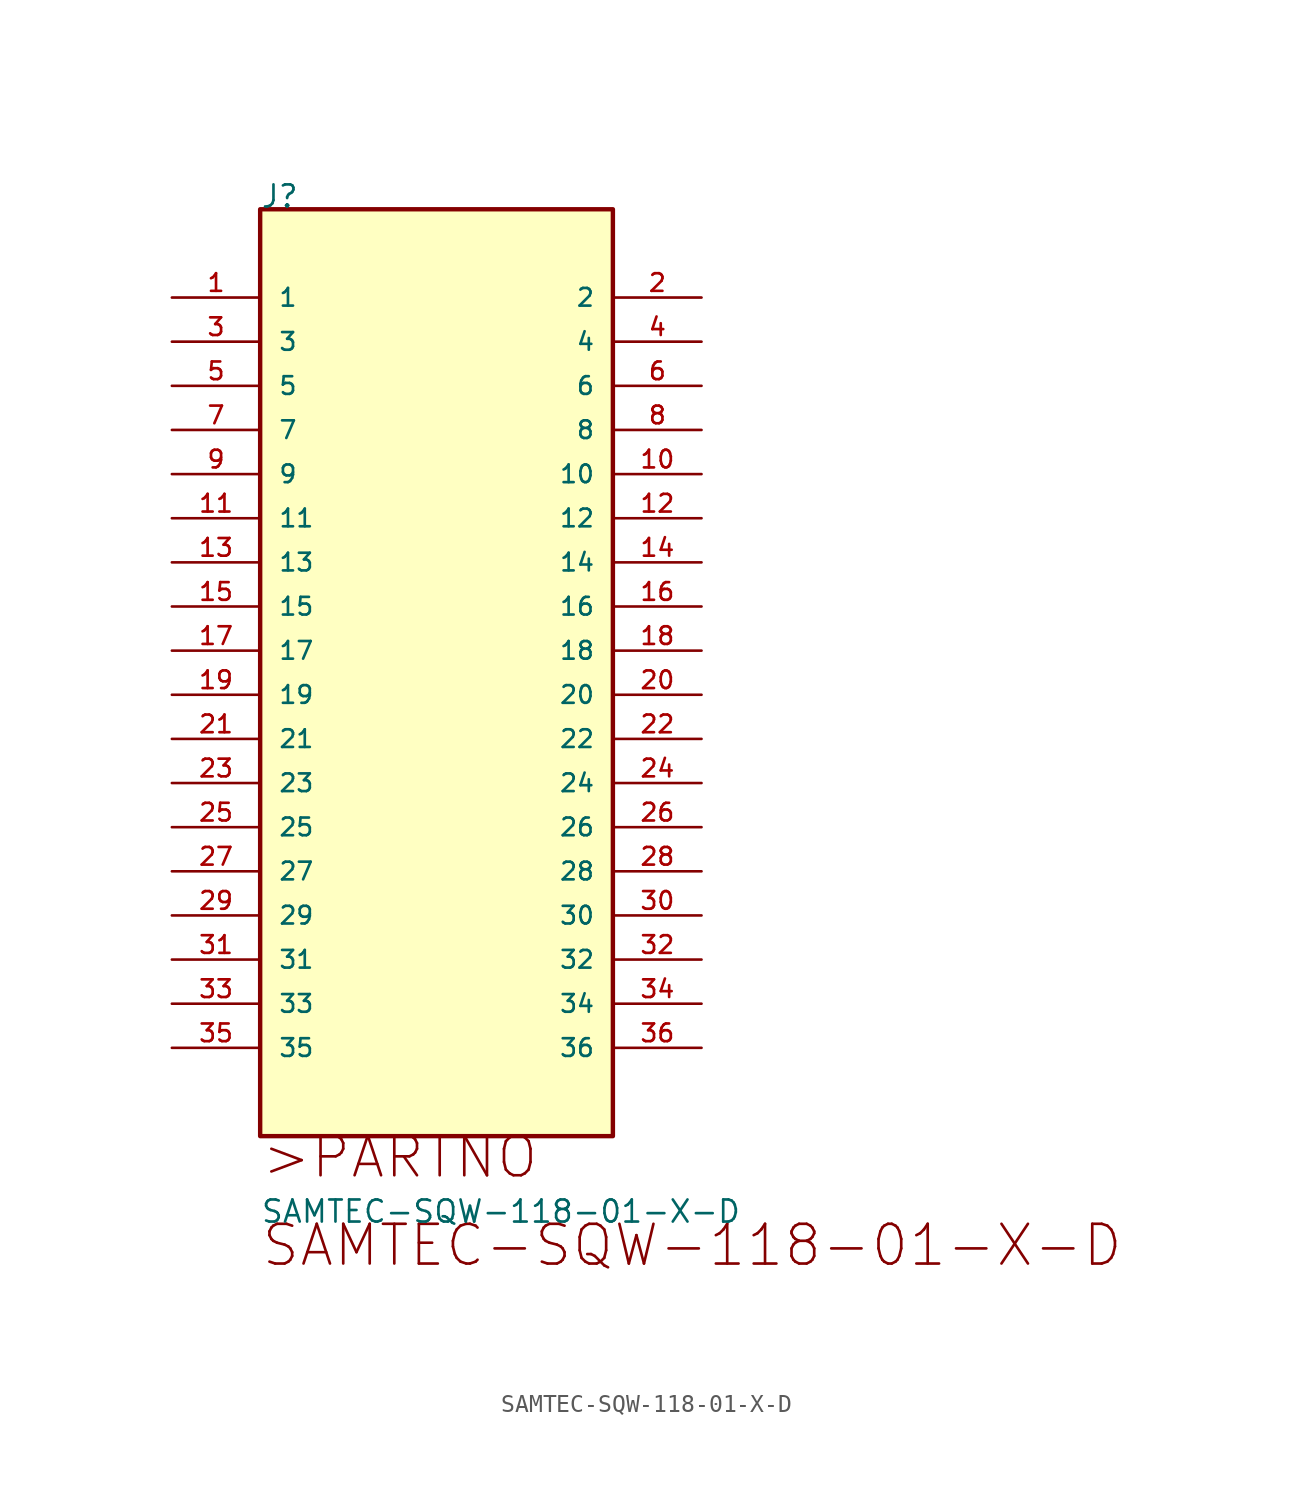
<source format=kicad_sym>
(kicad_symbol_lib
  (version 20211014)
  (generator kicad_symbol_editor)
  (symbol "SAMTEC-SQW-118-01-X-D"
    (pin_names
      (offset 1.016))
    (property "Reference" "J"
      (at 0.0 5.08 0)
      (effects (font (size 1.27 1.27)) (justify bottom left)))
    (property "Value" "SAMTEC-SQW-118-01-X-D"
      (at 0.0 -53.34 0)
      (effects (font (size 1.27 1.27)) (justify bottom left)))
    (symbol "SAMTEC-SQW-118-01-X-D_0_0"
      (text ">PARTNO" (at 0.0 -50.8 0) (effects (font (size 2.286 2.286)) (justify bottom left)))
      (text "SAMTEC-SQW-118-01-X-D" (at 0.0 -55.88 0) (effects (font (size 2.286 2.286)) (justify bottom left)))
      (rectangle (start 0.0 -48.26) (end 20.3 5.08) (stroke (width 0.254)) (fill (type background)))
      (pin passive line (at -5.08 -0.0 0) (length 5.08) (name "1" (effects (font (size 1.016 1.016)))) (number "1" (effects (font (size 1.016 1.016)))))
      (pin passive line (at 25.4 -0.0 180.0) (length 5.08) (name "2" (effects (font (size 1.016 1.016)))) (number "2" (effects (font (size 1.016 1.016)))))
      (pin passive line (at -5.08 -2.54 0) (length 5.08) (name "3" (effects (font (size 1.016 1.016)))) (number "3" (effects (font (size 1.016 1.016)))))
      (pin passive line (at 25.4 -2.54 180.0) (length 5.08) (name "4" (effects (font (size 1.016 1.016)))) (number "4" (effects (font (size 1.016 1.016)))))
      (pin passive line (at -5.08 -5.08 0) (length 5.08) (name "5" (effects (font (size 1.016 1.016)))) (number "5" (effects (font (size 1.016 1.016)))))
      (pin passive line (at 25.4 -5.08 180.0) (length 5.08) (name "6" (effects (font (size 1.016 1.016)))) (number "6" (effects (font (size 1.016 1.016)))))
      (pin passive line (at -5.08 -7.62 0) (length 5.08) (name "7" (effects (font (size 1.016 1.016)))) (number "7" (effects (font (size 1.016 1.016)))))
      (pin passive line (at 25.4 -7.62 180.0) (length 5.08) (name "8" (effects (font (size 1.016 1.016)))) (number "8" (effects (font (size 1.016 1.016)))))
      (pin passive line (at -5.08 -10.16 0) (length 5.08) (name "9" (effects (font (size 1.016 1.016)))) (number "9" (effects (font (size 1.016 1.016)))))
      (pin passive line (at 25.4 -10.16 180.0) (length 5.08) (name "10" (effects (font (size 1.016 1.016)))) (number "10" (effects (font (size 1.016 1.016)))))
      (pin passive line (at -5.08 -12.7 0) (length 5.08) (name "11" (effects (font (size 1.016 1.016)))) (number "11" (effects (font (size 1.016 1.016)))))
      (pin passive line (at 25.4 -12.7 180.0) (length 5.08) (name "12" (effects (font (size 1.016 1.016)))) (number "12" (effects (font (size 1.016 1.016)))))
      (pin passive line (at -5.08 -15.24 0) (length 5.08) (name "13" (effects (font (size 1.016 1.016)))) (number "13" (effects (font (size 1.016 1.016)))))
      (pin passive line (at 25.4 -15.24 180.0) (length 5.08) (name "14" (effects (font (size 1.016 1.016)))) (number "14" (effects (font (size 1.016 1.016)))))
      (pin passive line (at -5.08 -17.78 0) (length 5.08) (name "15" (effects (font (size 1.016 1.016)))) (number "15" (effects (font (size 1.016 1.016)))))
      (pin passive line (at 25.4 -17.78 180.0) (length 5.08) (name "16" (effects (font (size 1.016 1.016)))) (number "16" (effects (font (size 1.016 1.016)))))
      (pin passive line (at -5.08 -20.32 0) (length 5.08) (name "17" (effects (font (size 1.016 1.016)))) (number "17" (effects (font (size 1.016 1.016)))))
      (pin passive line (at 25.4 -20.32 180.0) (length 5.08) (name "18" (effects (font (size 1.016 1.016)))) (number "18" (effects (font (size 1.016 1.016)))))
      (pin passive line (at -5.08 -22.86 0) (length 5.08) (name "19" (effects (font (size 1.016 1.016)))) (number "19" (effects (font (size 1.016 1.016)))))
      (pin passive line (at 25.4 -22.86 180.0) (length 5.08) (name "20" (effects (font (size 1.016 1.016)))) (number "20" (effects (font (size 1.016 1.016)))))
      (pin passive line (at -5.08 -25.4 0) (length 5.08) (name "21" (effects (font (size 1.016 1.016)))) (number "21" (effects (font (size 1.016 1.016)))))
      (pin passive line (at 25.4 -25.4 180.0) (length 5.08) (name "22" (effects (font (size 1.016 1.016)))) (number "22" (effects (font (size 1.016 1.016)))))
      (pin passive line (at -5.08 -27.94 0) (length 5.08) (name "23" (effects (font (size 1.016 1.016)))) (number "23" (effects (font (size 1.016 1.016)))))
      (pin passive line (at 25.4 -27.94 180.0) (length 5.08) (name "24" (effects (font (size 1.016 1.016)))) (number "24" (effects (font (size 1.016 1.016)))))
      (pin passive line (at -5.08 -30.48 0) (length 5.08) (name "25" (effects (font (size 1.016 1.016)))) (number "25" (effects (font (size 1.016 1.016)))))
      (pin passive line (at 25.4 -30.48 180.0) (length 5.08) (name "26" (effects (font (size 1.016 1.016)))) (number "26" (effects (font (size 1.016 1.016)))))
      (pin passive line (at -5.08 -33.02 0) (length 5.08) (name "27" (effects (font (size 1.016 1.016)))) (number "27" (effects (font (size 1.016 1.016)))))
      (pin passive line (at 25.4 -33.02 180.0) (length 5.08) (name "28" (effects (font (size 1.016 1.016)))) (number "28" (effects (font (size 1.016 1.016)))))
      (pin passive line (at -5.08 -35.56 0) (length 5.08) (name "29" (effects (font (size 1.016 1.016)))) (number "29" (effects (font (size 1.016 1.016)))))
      (pin passive line (at 25.4 -35.56 180.0) (length 5.08) (name "30" (effects (font (size 1.016 1.016)))) (number "30" (effects (font (size 1.016 1.016)))))
      (pin passive line (at -5.08 -38.1 0) (length 5.08) (name "31" (effects (font (size 1.016 1.016)))) (number "31" (effects (font (size 1.016 1.016)))))
      (pin passive line (at 25.4 -38.1 180.0) (length 5.08) (name "32" (effects (font (size 1.016 1.016)))) (number "32" (effects (font (size 1.016 1.016)))))
      (pin passive line (at -5.08 -40.64 0) (length 5.08) (name "33" (effects (font (size 1.016 1.016)))) (number "33" (effects (font (size 1.016 1.016)))))
      (pin passive line (at 25.4 -40.64 180.0) (length 5.08) (name "34" (effects (font (size 1.016 1.016)))) (number "34" (effects (font (size 1.016 1.016)))))
      (pin passive line (at -5.08 -43.18 0) (length 5.08) (name "35" (effects (font (size 1.016 1.016)))) (number "35" (effects (font (size 1.016 1.016)))))
      (pin passive line (at 25.4 -43.18 180.0) (length 5.08) (name "36" (effects (font (size 1.016 1.016)))) (number "36" (effects (font (size 1.016 1.016))))))))
</source>
